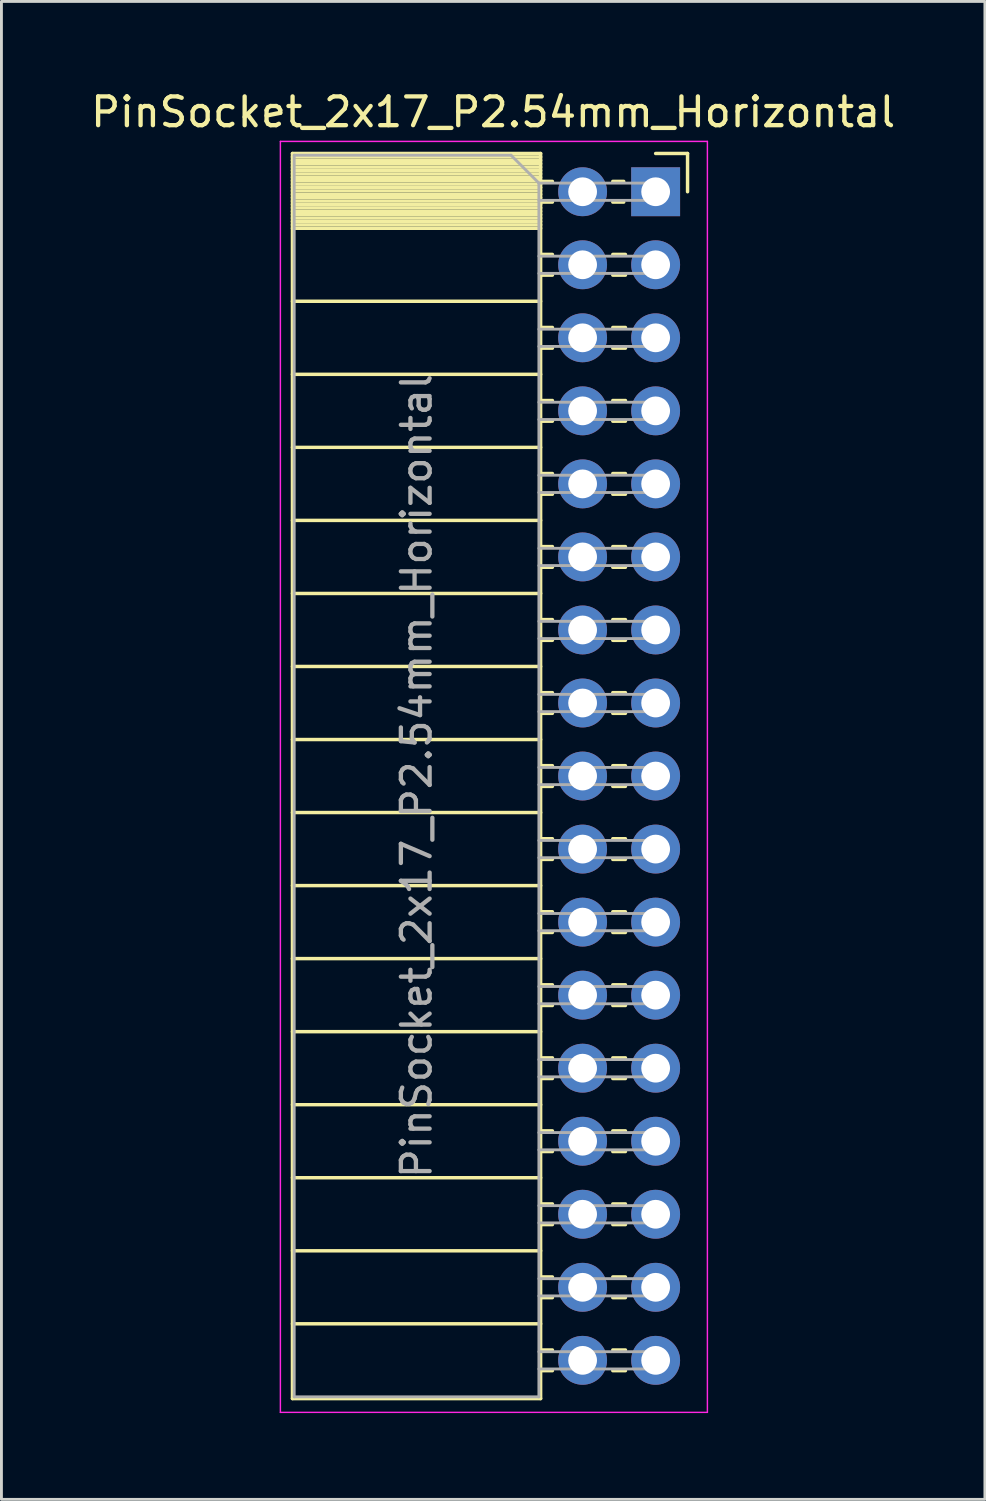
<source format=kicad_pcb>
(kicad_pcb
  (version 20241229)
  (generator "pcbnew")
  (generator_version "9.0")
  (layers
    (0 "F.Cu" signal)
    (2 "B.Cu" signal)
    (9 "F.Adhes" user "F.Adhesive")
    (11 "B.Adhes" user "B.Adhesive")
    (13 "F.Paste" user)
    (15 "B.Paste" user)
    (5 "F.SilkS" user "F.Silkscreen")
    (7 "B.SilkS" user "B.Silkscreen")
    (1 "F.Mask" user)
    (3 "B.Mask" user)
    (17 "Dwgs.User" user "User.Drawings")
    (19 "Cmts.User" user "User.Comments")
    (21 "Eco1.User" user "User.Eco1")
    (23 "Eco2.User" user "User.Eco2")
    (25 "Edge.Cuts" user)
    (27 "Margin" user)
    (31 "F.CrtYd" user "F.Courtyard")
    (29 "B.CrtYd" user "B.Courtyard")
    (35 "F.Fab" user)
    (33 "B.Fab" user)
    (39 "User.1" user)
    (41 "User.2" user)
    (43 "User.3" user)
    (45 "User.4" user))
  (footprint "PinSocket_2x17_P2.54mm_Horizontal"
    (layer "F.Cu")
    (at 19.751 3.618)
    (property "Reference" "PinSocket_2x17_P2.54mm_Horizontal" (at -5.65 -2.77 0) (layer "F.SilkS") (effects (font (size 1 1) (thickness 0.15))))
    (attr through_hole)
    (fp_line (start -12.63 -1.33) (end -12.63 41.97) (stroke (width 0.12) (type solid)) (layer "F.SilkS"))
    (fp_line (start -12.63 -1.33) (end -4 -1.33) (stroke (width 0.12) (type solid)) (layer "F.SilkS"))
    (fp_line (start -12.63 -1.21) (end -4 -1.21) (stroke (width 0.12) (type solid)) (layer "F.SilkS"))
    (fp_line (start -12.63 -1.092) (end -4 -1.092) (stroke (width 0.12) (type solid)) (layer "F.SilkS"))
    (fp_line (start -12.63 -0.974) (end -4 -0.974) (stroke (width 0.12) (type solid)) (layer "F.SilkS"))
    (fp_line (start -12.63 -0.856) (end -4 -0.856) (stroke (width 0.12) (type solid)) (layer "F.SilkS"))
    (fp_line (start -12.63 -0.738) (end -4 -0.738) (stroke (width 0.12) (type solid)) (layer "F.SilkS"))
    (fp_line (start -12.63 -0.62) (end -4 -0.62) (stroke (width 0.12) (type solid)) (layer "F.SilkS"))
    (fp_line (start -12.63 -0.501) (end -4 -0.501) (stroke (width 0.12) (type solid)) (layer "F.SilkS"))
    (fp_line (start -12.63 -0.383) (end -4 -0.383) (stroke (width 0.12) (type solid)) (layer "F.SilkS"))
    (fp_line (start -12.63 -0.265) (end -4 -0.265) (stroke (width 0.12) (type solid)) (layer "F.SilkS"))
    (fp_line (start -12.63 -0.147) (end -4 -0.147) (stroke (width 0.12) (type solid)) (layer "F.SilkS"))
    (fp_line (start -12.63 -0.029) (end -4 -0.029) (stroke (width 0.12) (type solid)) (layer "F.SilkS"))
    (fp_line (start -12.63 0.089) (end -4 0.089) (stroke (width 0.12) (type solid)) (layer "F.SilkS"))
    (fp_line (start -12.63 0.207) (end -4 0.207) (stroke (width 0.12) (type solid)) (layer "F.SilkS"))
    (fp_line (start -12.63 0.325) (end -4 0.325) (stroke (width 0.12) (type solid)) (layer "F.SilkS"))
    (fp_line (start -12.63 0.443) (end -4 0.443) (stroke (width 0.12) (type solid)) (layer "F.SilkS"))
    (fp_line (start -12.63 0.561) (end -4 0.561) (stroke (width 0.12) (type solid)) (layer "F.SilkS"))
    (fp_line (start -12.63 0.68) (end -4 0.68) (stroke (width 0.12) (type solid)) (layer "F.SilkS"))
    (fp_line (start -12.63 0.798) (end -4 0.798) (stroke (width 0.12) (type solid)) (layer "F.SilkS"))
    (fp_line (start -12.63 0.916) (end -4 0.916) (stroke (width 0.12) (type solid)) (layer "F.SilkS"))
    (fp_line (start -12.63 1.034) (end -4 1.034) (stroke (width 0.12) (type solid)) (layer "F.SilkS"))
    (fp_line (start -12.63 1.152) (end -4 1.152) (stroke (width 0.12) (type solid)) (layer "F.SilkS"))
    (fp_line (start -12.63 1.27) (end -4 1.27) (stroke (width 0.12) (type solid)) (layer "F.SilkS"))
    (fp_line (start -12.63 3.81) (end -4 3.81) (stroke (width 0.12) (type solid)) (layer "F.SilkS"))
    (fp_line (start -12.63 6.35) (end -4 6.35) (stroke (width 0.12) (type solid)) (layer "F.SilkS"))
    (fp_line (start -12.63 8.89) (end -4 8.89) (stroke (width 0.12) (type solid)) (layer "F.SilkS"))
    (fp_line (start -12.63 11.43) (end -4 11.43) (stroke (width 0.12) (type solid)) (layer "F.SilkS"))
    (fp_line (start -12.63 13.97) (end -4 13.97) (stroke (width 0.12) (type solid)) (layer "F.SilkS"))
    (fp_line (start -12.63 16.51) (end -4 16.51) (stroke (width 0.12) (type solid)) (layer "F.SilkS"))
    (fp_line (start -12.63 19.05) (end -4 19.05) (stroke (width 0.12) (type solid)) (layer "F.SilkS"))
    (fp_line (start -12.63 21.59) (end -4 21.59) (stroke (width 0.12) (type solid)) (layer "F.SilkS"))
    (fp_line (start -12.63 24.13) (end -4 24.13) (stroke (width 0.12) (type solid)) (layer "F.SilkS"))
    (fp_line (start -12.63 26.67) (end -4 26.67) (stroke (width 0.12) (type solid)) (layer "F.SilkS"))
    (fp_line (start -12.63 29.21) (end -4 29.21) (stroke (width 0.12) (type solid)) (layer "F.SilkS"))
    (fp_line (start -12.63 31.75) (end -4 31.75) (stroke (width 0.12) (type solid)) (layer "F.SilkS"))
    (fp_line (start -12.63 34.29) (end -4 34.29) (stroke (width 0.12) (type solid)) (layer "F.SilkS"))
    (fp_line (start -12.63 36.83) (end -4 36.83) (stroke (width 0.12) (type solid)) (layer "F.SilkS"))
    (fp_line (start -12.63 39.37) (end -4 39.37) (stroke (width 0.12) (type solid)) (layer "F.SilkS"))
    (fp_line (start -12.63 41.97) (end -4 41.97) (stroke (width 0.12) (type solid)) (layer "F.SilkS"))
    (fp_line (start -4 -1.33) (end -4 41.97) (stroke (width 0.12) (type solid)) (layer "F.SilkS"))
    (fp_line (start -4 -0.36) (end -3.59 -0.36) (stroke (width 0.12) (type solid)) (layer "F.SilkS"))
    (fp_line (start -4 0.36) (end -3.59 0.36) (stroke (width 0.12) (type solid)) (layer "F.SilkS"))
    (fp_line (start -4 2.18) (end -3.59 2.18) (stroke (width 0.12) (type solid)) (layer "F.SilkS"))
    (fp_line (start -4 2.9) (end -3.59 2.9) (stroke (width 0.12) (type solid)) (layer "F.SilkS"))
    (fp_line (start -4 4.72) (end -3.59 4.72) (stroke (width 0.12) (type solid)) (layer "F.SilkS"))
    (fp_line (start -4 5.44) (end -3.59 5.44) (stroke (width 0.12) (type solid)) (layer "F.SilkS"))
    (fp_line (start -4 7.26) (end -3.59 7.26) (stroke (width 0.12) (type solid)) (layer "F.SilkS"))
    (fp_line (start -4 7.98) (end -3.59 7.98) (stroke (width 0.12) (type solid)) (layer "F.SilkS"))
    (fp_line (start -4 9.8) (end -3.59 9.8) (stroke (width 0.12) (type solid)) (layer "F.SilkS"))
    (fp_line (start -4 10.52) (end -3.59 10.52) (stroke (width 0.12) (type solid)) (layer "F.SilkS"))
    (fp_line (start -4 12.34) (end -3.59 12.34) (stroke (width 0.12) (type solid)) (layer "F.SilkS"))
    (fp_line (start -4 13.06) (end -3.59 13.06) (stroke (width 0.12) (type solid)) (layer "F.SilkS"))
    (fp_line (start -4 14.88) (end -3.59 14.88) (stroke (width 0.12) (type solid)) (layer "F.SilkS"))
    (fp_line (start -4 15.6) (end -3.59 15.6) (stroke (width 0.12) (type solid)) (layer "F.SilkS"))
    (fp_line (start -4 17.42) (end -3.59 17.42) (stroke (width 0.12) (type solid)) (layer "F.SilkS"))
    (fp_line (start -4 18.14) (end -3.59 18.14) (stroke (width 0.12) (type solid)) (layer "F.SilkS"))
    (fp_line (start -4 19.96) (end -3.59 19.96) (stroke (width 0.12) (type solid)) (layer "F.SilkS"))
    (fp_line (start -4 20.68) (end -3.59 20.68) (stroke (width 0.12) (type solid)) (layer "F.SilkS"))
    (fp_line (start -4 22.5) (end -3.59 22.5) (stroke (width 0.12) (type solid)) (layer "F.SilkS"))
    (fp_line (start -4 23.22) (end -3.59 23.22) (stroke (width 0.12) (type solid)) (layer "F.SilkS"))
    (fp_line (start -4 25.04) (end -3.59 25.04) (stroke (width 0.12) (type solid)) (layer "F.SilkS"))
    (fp_line (start -4 25.76) (end -3.59 25.76) (stroke (width 0.12) (type solid)) (layer "F.SilkS"))
    (fp_line (start -4 27.58) (end -3.59 27.58) (stroke (width 0.12) (type solid)) (layer "F.SilkS"))
    (fp_line (start -4 28.3) (end -3.59 28.3) (stroke (width 0.12) (type solid)) (layer "F.SilkS"))
    (fp_line (start -4 30.12) (end -3.59 30.12) (stroke (width 0.12) (type solid)) (layer "F.SilkS"))
    (fp_line (start -4 30.84) (end -3.59 30.84) (stroke (width 0.12) (type solid)) (layer "F.SilkS"))
    (fp_line (start -4 32.66) (end -3.59 32.66) (stroke (width 0.12) (type solid)) (layer "F.SilkS"))
    (fp_line (start -4 33.38) (end -3.59 33.38) (stroke (width 0.12) (type solid)) (layer "F.SilkS"))
    (fp_line (start -4 35.2) (end -3.59 35.2) (stroke (width 0.12) (type solid)) (layer "F.SilkS"))
    (fp_line (start -4 35.92) (end -3.59 35.92) (stroke (width 0.12) (type solid)) (layer "F.SilkS"))
    (fp_line (start -4 37.74) (end -3.59 37.74) (stroke (width 0.12) (type solid)) (layer "F.SilkS"))
    (fp_line (start -4 38.46) (end -3.59 38.46) (stroke (width 0.12) (type solid)) (layer "F.SilkS"))
    (fp_line (start -4 40.28) (end -3.59 40.28) (stroke (width 0.12) (type solid)) (layer "F.SilkS"))
    (fp_line (start -4 41) (end -3.59 41) (stroke (width 0.12) (type solid)) (layer "F.SilkS"))
    (fp_line (start -1.49 -0.36) (end -1.11 -0.36) (stroke (width 0.12) (type solid)) (layer "F.SilkS"))
    (fp_line (start -1.49 0.36) (end -1.11 0.36) (stroke (width 0.12) (type solid)) (layer "F.SilkS"))
    (fp_line (start -1.49 2.18) (end -1.05 2.18) (stroke (width 0.12) (type solid)) (layer "F.SilkS"))
    (fp_line (start -1.49 2.9) (end -1.05 2.9) (stroke (width 0.12) (type solid)) (layer "F.SilkS"))
    (fp_line (start -1.49 4.72) (end -1.05 4.72) (stroke (width 0.12) (type solid)) (layer "F.SilkS"))
    (fp_line (start -1.49 5.44) (end -1.05 5.44) (stroke (width 0.12) (type solid)) (layer "F.SilkS"))
    (fp_line (start -1.49 7.26) (end -1.05 7.26) (stroke (width 0.12) (type solid)) (layer "F.SilkS"))
    (fp_line (start -1.49 7.98) (end -1.05 7.98) (stroke (width 0.12) (type solid)) (layer "F.SilkS"))
    (fp_line (start -1.49 9.8) (end -1.05 9.8) (stroke (width 0.12) (type solid)) (layer "F.SilkS"))
    (fp_line (start -1.49 10.52) (end -1.05 10.52) (stroke (width 0.12) (type solid)) (layer "F.SilkS"))
    (fp_line (start -1.49 12.34) (end -1.05 12.34) (stroke (width 0.12) (type solid)) (layer "F.SilkS"))
    (fp_line (start -1.49 13.06) (end -1.05 13.06) (stroke (width 0.12) (type solid)) (layer "F.SilkS"))
    (fp_line (start -1.49 14.88) (end -1.05 14.88) (stroke (width 0.12) (type solid)) (layer "F.SilkS"))
    (fp_line (start -1.49 15.6) (end -1.05 15.6) (stroke (width 0.12) (type solid)) (layer "F.SilkS"))
    (fp_line (start -1.49 17.42) (end -1.05 17.42) (stroke (width 0.12) (type solid)) (layer "F.SilkS"))
    (fp_line (start -1.49 18.14) (end -1.05 18.14) (stroke (width 0.12) (type solid)) (layer "F.SilkS"))
    (fp_line (start -1.49 19.96) (end -1.05 19.96) (stroke (width 0.12) (type solid)) (layer "F.SilkS"))
    (fp_line (start -1.49 20.68) (end -1.05 20.68) (stroke (width 0.12) (type solid)) (layer "F.SilkS"))
    (fp_line (start -1.49 22.5) (end -1.05 22.5) (stroke (width 0.12) (type solid)) (layer "F.SilkS"))
    (fp_line (start -1.49 23.22) (end -1.05 23.22) (stroke (width 0.12) (type solid)) (layer "F.SilkS"))
    (fp_line (start -1.49 25.04) (end -1.05 25.04) (stroke (width 0.12) (type solid)) (layer "F.SilkS"))
    (fp_line (start -1.49 25.76) (end -1.05 25.76) (stroke (width 0.12) (type solid)) (layer "F.SilkS"))
    (fp_line (start -1.49 27.58) (end -1.05 27.58) (stroke (width 0.12) (type solid)) (layer "F.SilkS"))
    (fp_line (start -1.49 28.3) (end -1.05 28.3) (stroke (width 0.12) (type solid)) (layer "F.SilkS"))
    (fp_line (start -1.49 30.12) (end -1.05 30.12) (stroke (width 0.12) (type solid)) (layer "F.SilkS"))
    (fp_line (start -1.49 30.84) (end -1.05 30.84) (stroke (width 0.12) (type solid)) (layer "F.SilkS"))
    (fp_line (start -1.49 32.66) (end -1.05 32.66) (stroke (width 0.12) (type solid)) (layer "F.SilkS"))
    (fp_line (start -1.49 33.38) (end -1.05 33.38) (stroke (width 0.12) (type solid)) (layer "F.SilkS"))
    (fp_line (start -1.49 35.2) (end -1.05 35.2) (stroke (width 0.12) (type solid)) (layer "F.SilkS"))
    (fp_line (start -1.49 35.92) (end -1.05 35.92) (stroke (width 0.12) (type solid)) (layer "F.SilkS"))
    (fp_line (start -1.49 37.74) (end -1.05 37.74) (stroke (width 0.12) (type solid)) (layer "F.SilkS"))
    (fp_line (start -1.49 38.46) (end -1.05 38.46) (stroke (width 0.12) (type solid)) (layer "F.SilkS"))
    (fp_line (start -1.49 40.28) (end -1.05 40.28) (stroke (width 0.12) (type solid)) (layer "F.SilkS"))
    (fp_line (start -1.49 41) (end -1.05 41) (stroke (width 0.12) (type solid)) (layer "F.SilkS"))
    (fp_line (start 0 -1.33) (end 1.11 -1.33) (stroke (width 0.12) (type solid)) (layer "F.SilkS"))
    (fp_line (start 1.11 -1.33) (end 1.11 0) (stroke (width 0.12) (type solid)) (layer "F.SilkS"))
    (fp_line (start -13.05 -1.75) (end -13.05 42.45) (stroke (width 0.05) (type solid)) (layer "F.CrtYd"))
    (fp_line (start -13.05 42.45) (end 1.8 42.45) (stroke (width 0.05) (type solid)) (layer "F.CrtYd"))
    (fp_line (start 1.8 -1.75) (end -13.05 -1.75) (stroke (width 0.05) (type solid)) (layer "F.CrtYd"))
    (fp_line (start 1.8 42.45) (end 1.8 -1.75) (stroke (width 0.05) (type solid)) (layer "F.CrtYd"))
    (fp_line (start -12.57 -1.27) (end -5.03 -1.27) (stroke (width 0.1) (type solid)) (layer "F.Fab"))
    (fp_line (start -12.57 41.91) (end -12.57 -1.27) (stroke (width 0.1) (type solid)) (layer "F.Fab"))
    (fp_line (start -5.03 -1.27) (end -4.06 -0.3) (stroke (width 0.1) (type solid)) (layer "F.Fab"))
    (fp_line (start -4.06 -0.3) (end -4.06 41.91) (stroke (width 0.1) (type solid)) (layer "F.Fab"))
    (fp_line (start -4.06 0.3) (end 0 0.3) (stroke (width 0.1) (type solid)) (layer "F.Fab"))
    (fp_line (start -4.06 2.84) (end 0 2.84) (stroke (width 0.1) (type solid)) (layer "F.Fab"))
    (fp_line (start -4.06 5.38) (end 0 5.38) (stroke (width 0.1) (type solid)) (layer "F.Fab"))
    (fp_line (start -4.06 7.92) (end 0 7.92) (stroke (width 0.1) (type solid)) (layer "F.Fab"))
    (fp_line (start -4.06 10.46) (end 0 10.46) (stroke (width 0.1) (type solid)) (layer "F.Fab"))
    (fp_line (start -4.06 13) (end 0 13) (stroke (width 0.1) (type solid)) (layer "F.Fab"))
    (fp_line (start -4.06 15.54) (end 0 15.54) (stroke (width 0.1) (type solid)) (layer "F.Fab"))
    (fp_line (start -4.06 18.08) (end 0 18.08) (stroke (width 0.1) (type solid)) (layer "F.Fab"))
    (fp_line (start -4.06 20.62) (end 0 20.62) (stroke (width 0.1) (type solid)) (layer "F.Fab"))
    (fp_line (start -4.06 23.16) (end 0 23.16) (stroke (width 0.1) (type solid)) (layer "F.Fab"))
    (fp_line (start -4.06 25.7) (end 0 25.7) (stroke (width 0.1) (type solid)) (layer "F.Fab"))
    (fp_line (start -4.06 28.24) (end 0 28.24) (stroke (width 0.1) (type solid)) (layer "F.Fab"))
    (fp_line (start -4.06 30.78) (end 0 30.78) (stroke (width 0.1) (type solid)) (layer "F.Fab"))
    (fp_line (start -4.06 33.32) (end 0 33.32) (stroke (width 0.1) (type solid)) (layer "F.Fab"))
    (fp_line (start -4.06 35.86) (end 0 35.86) (stroke (width 0.1) (type solid)) (layer "F.Fab"))
    (fp_line (start -4.06 38.4) (end 0 38.4) (stroke (width 0.1) (type solid)) (layer "F.Fab"))
    (fp_line (start -4.06 40.94) (end 0 40.94) (stroke (width 0.1) (type solid)) (layer "F.Fab"))
    (fp_line (start -4.06 41.91) (end -12.57 41.91) (stroke (width 0.1) (type solid)) (layer "F.Fab"))
    (fp_line (start 0 -0.3) (end -4.06 -0.3) (stroke (width 0.1) (type solid)) (layer "F.Fab"))
    (fp_line (start 0 0.3) (end 0 -0.3) (stroke (width 0.1) (type solid)) (layer "F.Fab"))
    (fp_line (start 0 2.24) (end -4.06 2.24) (stroke (width 0.1) (type solid)) (layer "F.Fab"))
    (fp_line (start 0 2.84) (end 0 2.24) (stroke (width 0.1) (type solid)) (layer "F.Fab"))
    (fp_line (start 0 4.78) (end -4.06 4.78) (stroke (width 0.1) (type solid)) (layer "F.Fab"))
    (fp_line (start 0 5.38) (end 0 4.78) (stroke (width 0.1) (type solid)) (layer "F.Fab"))
    (fp_line (start 0 7.32) (end -4.06 7.32) (stroke (width 0.1) (type solid)) (layer "F.Fab"))
    (fp_line (start 0 7.92) (end 0 7.32) (stroke (width 0.1) (type solid)) (layer "F.Fab"))
    (fp_line (start 0 9.86) (end -4.06 9.86) (stroke (width 0.1) (type solid)) (layer "F.Fab"))
    (fp_line (start 0 10.46) (end 0 9.86) (stroke (width 0.1) (type solid)) (layer "F.Fab"))
    (fp_line (start 0 12.4) (end -4.06 12.4) (stroke (width 0.1) (type solid)) (layer "F.Fab"))
    (fp_line (start 0 13) (end 0 12.4) (stroke (width 0.1) (type solid)) (layer "F.Fab"))
    (fp_line (start 0 14.94) (end -4.06 14.94) (stroke (width 0.1) (type solid)) (layer "F.Fab"))
    (fp_line (start 0 15.54) (end 0 14.94) (stroke (width 0.1) (type solid)) (layer "F.Fab"))
    (fp_line (start 0 17.48) (end -4.06 17.48) (stroke (width 0.1) (type solid)) (layer "F.Fab"))
    (fp_line (start 0 18.08) (end 0 17.48) (stroke (width 0.1) (type solid)) (layer "F.Fab"))
    (fp_line (start 0 20.02) (end -4.06 20.02) (stroke (width 0.1) (type solid)) (layer "F.Fab"))
    (fp_line (start 0 20.62) (end 0 20.02) (stroke (width 0.1) (type solid)) (layer "F.Fab"))
    (fp_line (start 0 22.56) (end -4.06 22.56) (stroke (width 0.1) (type solid)) (layer "F.Fab"))
    (fp_line (start 0 23.16) (end 0 22.56) (stroke (width 0.1) (type solid)) (layer "F.Fab"))
    (fp_line (start 0 25.1) (end -4.06 25.1) (stroke (width 0.1) (type solid)) (layer "F.Fab"))
    (fp_line (start 0 25.7) (end 0 25.1) (stroke (width 0.1) (type solid)) (layer "F.Fab"))
    (fp_line (start 0 27.64) (end -4.06 27.64) (stroke (width 0.1) (type solid)) (layer "F.Fab"))
    (fp_line (start 0 28.24) (end 0 27.64) (stroke (width 0.1) (type solid)) (layer "F.Fab"))
    (fp_line (start 0 30.18) (end -4.06 30.18) (stroke (width 0.1) (type solid)) (layer "F.Fab"))
    (fp_line (start 0 30.78) (end 0 30.18) (stroke (width 0.1) (type solid)) (layer "F.Fab"))
    (fp_line (start 0 32.72) (end -4.06 32.72) (stroke (width 0.1) (type solid)) (layer "F.Fab"))
    (fp_line (start 0 33.32) (end 0 32.72) (stroke (width 0.1) (type solid)) (layer "F.Fab"))
    (fp_line (start 0 35.26) (end -4.06 35.26) (stroke (width 0.1) (type solid)) (layer "F.Fab"))
    (fp_line (start 0 35.86) (end 0 35.26) (stroke (width 0.1) (type solid)) (layer "F.Fab"))
    (fp_line (start 0 37.8) (end -4.06 37.8) (stroke (width 0.1) (type solid)) (layer "F.Fab"))
    (fp_line (start 0 38.4) (end 0 37.8) (stroke (width 0.1) (type solid)) (layer "F.Fab"))
    (fp_line (start 0 40.34) (end -4.06 40.34) (stroke (width 0.1) (type solid)) (layer "F.Fab"))
    (fp_line (start 0 40.94) (end 0 40.34) (stroke (width 0.1) (type solid)) (layer "F.Fab"))
    (fp_text user "${REFERENCE}" (at -8.315 20.32 90) (layer "F.Fab") (effects (font (size 1 1) (thickness 0.15))))
    (pad "1" thru_hole rect (at 0 0) (size 1.7 1.7) (drill 1) (layers "*.Cu" "*.Mask"))
    (pad "2" thru_hole circle (at -2.54 0) (size 1.7 1.7) (drill 1) (layers "*.Cu" "*.Mask"))
    (pad "3" thru_hole circle (at 0 2.54) (size 1.7 1.7) (drill 1) (layers "*.Cu" "*.Mask"))
    (pad "4" thru_hole circle (at -2.54 2.54) (size 1.7 1.7) (drill 1) (layers "*.Cu" "*.Mask"))
    (pad "5" thru_hole circle (at 0 5.08) (size 1.7 1.7) (drill 1) (layers "*.Cu" "*.Mask"))
    (pad "6" thru_hole circle (at -2.54 5.08) (size 1.7 1.7) (drill 1) (layers "*.Cu" "*.Mask"))
    (pad "7" thru_hole circle (at 0 7.62) (size 1.7 1.7) (drill 1) (layers "*.Cu" "*.Mask"))
    (pad "8" thru_hole circle (at -2.54 7.62) (size 1.7 1.7) (drill 1) (layers "*.Cu" "*.Mask"))
    (pad "9" thru_hole circle (at 0 10.16) (size 1.7 1.7) (drill 1) (layers "*.Cu" "*.Mask"))
    (pad "10" thru_hole circle (at -2.54 10.16) (size 1.7 1.7) (drill 1) (layers "*.Cu" "*.Mask"))
    (pad "11" thru_hole circle (at 0 12.7) (size 1.7 1.7) (drill 1) (layers "*.Cu" "*.Mask"))
    (pad "12" thru_hole circle (at -2.54 12.7) (size 1.7 1.7) (drill 1) (layers "*.Cu" "*.Mask"))
    (pad "13" thru_hole circle (at 0 15.24) (size 1.7 1.7) (drill 1) (layers "*.Cu" "*.Mask"))
    (pad "14" thru_hole circle (at -2.54 15.24) (size 1.7 1.7) (drill 1) (layers "*.Cu" "*.Mask"))
    (pad "15" thru_hole circle (at 0 17.78) (size 1.7 1.7) (drill 1) (layers "*.Cu" "*.Mask"))
    (pad "16" thru_hole circle (at -2.54 17.78) (size 1.7 1.7) (drill 1) (layers "*.Cu" "*.Mask"))
    (pad "17" thru_hole circle (at 0 20.32) (size 1.7 1.7) (drill 1) (layers "*.Cu" "*.Mask"))
    (pad "18" thru_hole circle (at -2.54 20.32) (size 1.7 1.7) (drill 1) (layers "*.Cu" "*.Mask"))
    (pad "19" thru_hole circle (at 0 22.86) (size 1.7 1.7) (drill 1) (layers "*.Cu" "*.Mask"))
    (pad "20" thru_hole circle (at -2.54 22.86) (size 1.7 1.7) (drill 1) (layers "*.Cu" "*.Mask"))
    (pad "21" thru_hole circle (at 0 25.4) (size 1.7 1.7) (drill 1) (layers "*.Cu" "*.Mask"))
    (pad "22" thru_hole circle (at -2.54 25.4) (size 1.7 1.7) (drill 1) (layers "*.Cu" "*.Mask"))
    (pad "23" thru_hole circle (at 0 27.94) (size 1.7 1.7) (drill 1) (layers "*.Cu" "*.Mask"))
    (pad "24" thru_hole circle (at -2.54 27.94) (size 1.7 1.7) (drill 1) (layers "*.Cu" "*.Mask"))
    (pad "25" thru_hole circle (at 0 30.48) (size 1.7 1.7) (drill 1) (layers "*.Cu" "*.Mask"))
    (pad "26" thru_hole circle (at -2.54 30.48) (size 1.7 1.7) (drill 1) (layers "*.Cu" "*.Mask"))
    (pad "27" thru_hole circle (at 0 33.02) (size 1.7 1.7) (drill 1) (layers "*.Cu" "*.Mask"))
    (pad "28" thru_hole circle (at -2.54 33.02) (size 1.7 1.7) (drill 1) (layers "*.Cu" "*.Mask"))
    (pad "29" thru_hole circle (at 0 35.56) (size 1.7 1.7) (drill 1) (layers "*.Cu" "*.Mask"))
    (pad "30" thru_hole circle (at -2.54 35.56) (size 1.7 1.7) (drill 1) (layers "*.Cu" "*.Mask"))
    (pad "31" thru_hole circle (at 0 38.1) (size 1.7 1.7) (drill 1) (layers "*.Cu" "*.Mask"))
    (pad "32" thru_hole circle (at -2.54 38.1) (size 1.7 1.7) (drill 1) (layers "*.Cu" "*.Mask"))
    (pad "33" thru_hole circle (at 0 40.64) (size 1.7 1.7) (drill 1) (layers "*.Cu" "*.Mask"))
    (pad "34" thru_hole circle (at -2.54 40.64) (size 1.7 1.7) (drill 1) (layers "*.Cu" "*.Mask")))
  (gr_rect
    (start -3 -3)
    (end 31.202 49.093)
    (stroke (width 0.1) (type default))
    (fill no)
    (layer "Edge.Cuts")))
</source>
